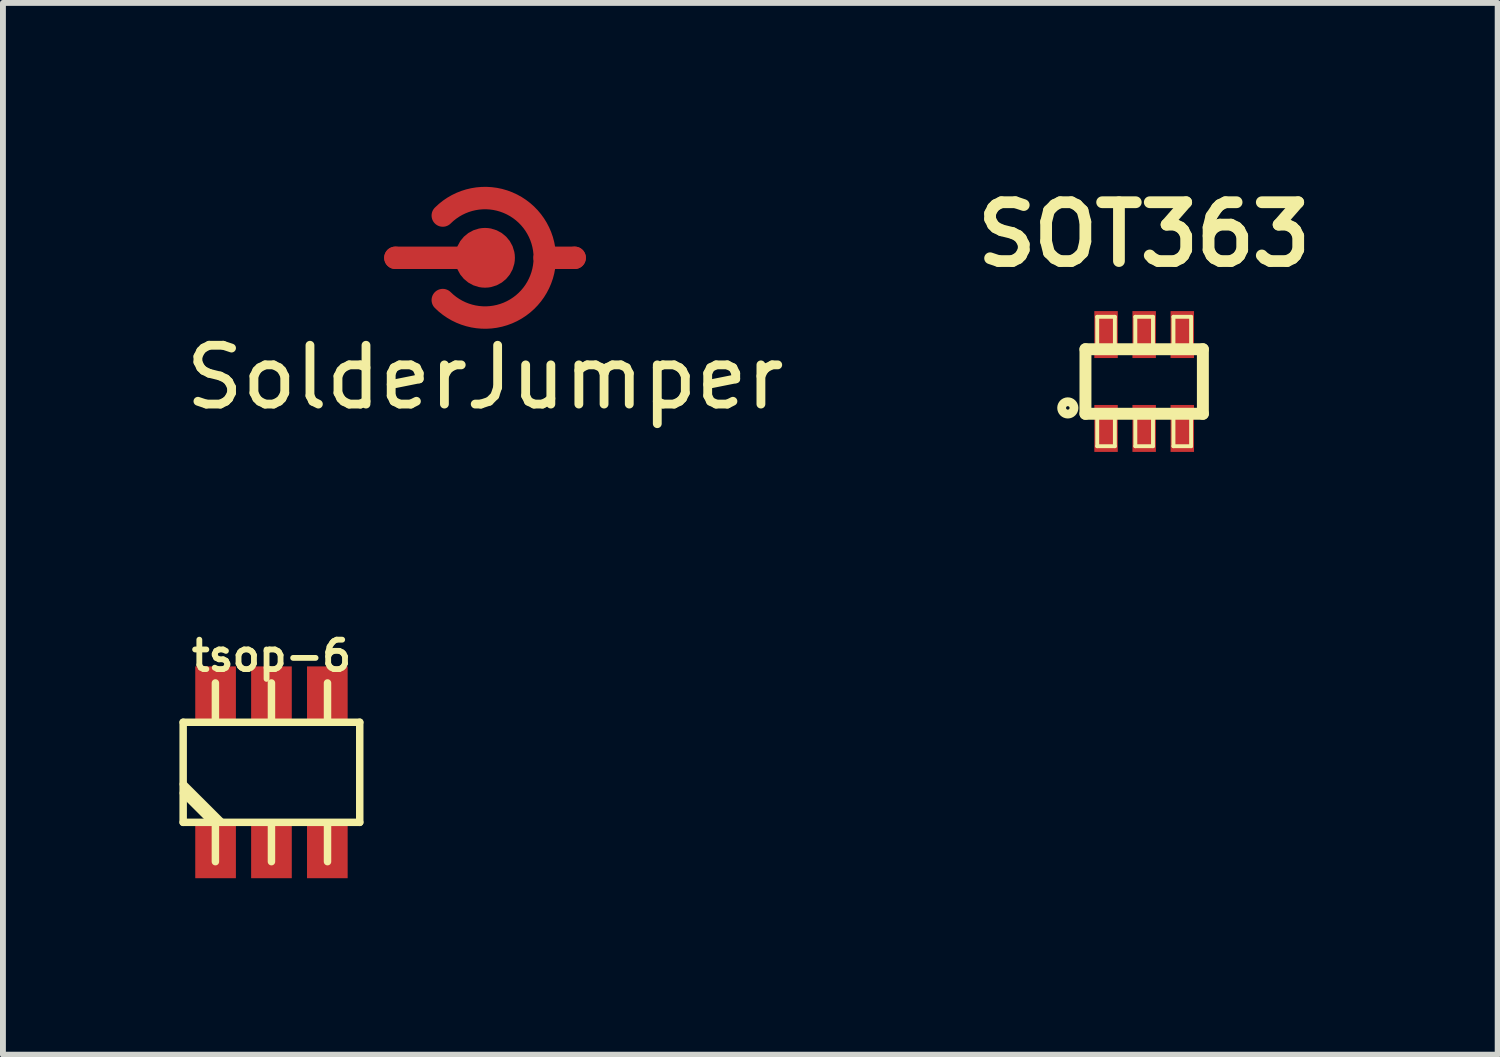
<source format=kicad_pcb>
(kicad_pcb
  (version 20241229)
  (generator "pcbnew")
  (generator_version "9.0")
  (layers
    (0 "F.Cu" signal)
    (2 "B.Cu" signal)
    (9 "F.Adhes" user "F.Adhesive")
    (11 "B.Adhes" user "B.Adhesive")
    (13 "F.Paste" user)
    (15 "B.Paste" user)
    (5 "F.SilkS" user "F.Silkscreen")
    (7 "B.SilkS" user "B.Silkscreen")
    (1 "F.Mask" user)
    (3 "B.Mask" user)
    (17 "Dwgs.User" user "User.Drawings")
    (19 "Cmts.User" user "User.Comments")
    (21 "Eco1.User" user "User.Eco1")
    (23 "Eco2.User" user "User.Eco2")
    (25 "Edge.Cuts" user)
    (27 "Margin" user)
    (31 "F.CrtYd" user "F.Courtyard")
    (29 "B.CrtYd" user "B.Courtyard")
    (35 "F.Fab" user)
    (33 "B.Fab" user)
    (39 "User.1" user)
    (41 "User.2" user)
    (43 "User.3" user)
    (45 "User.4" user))
  (footprint "tsop-6"
    (layer "F.Cu")
    (at 1.565 10.08)
    (property "Reference" "tsop-6" (at 0 -1.981 0) (layer "F.SilkS") (effects (font (size 0.5 0.5) (thickness 0.099))))
    (attr through_hole)
    (fp_line (start -1.501 -0.851) (end 1.501 -0.851) (stroke (width 0.127) (type solid)) (layer "F.SilkS"))
    (fp_line (start -1.501 0.851) (end -1.501 -0.851) (stroke (width 0.127) (type solid)) (layer "F.SilkS"))
    (fp_line (start -1.003 0.848) (end -1.499 0.353) (stroke (width 0.127) (type solid)) (layer "F.SilkS"))
    (fp_line (start -0.953 -0.859) (end -0.953 -1.519) (stroke (width 0.127) (type solid)) (layer "F.SilkS"))
    (fp_line (start -0.953 0.859) (end -0.953 1.519) (stroke (width 0.127) (type solid)) (layer "F.SilkS"))
    (fp_line (start -0.851 0.848) (end -1.499 0.201) (stroke (width 0.127) (type solid)) (layer "F.SilkS"))
    (fp_line (start 0 -0.859) (end 0 -1.519) (stroke (width 0.127) (type solid)) (layer "F.SilkS"))
    (fp_line (start 0 0.859) (end 0 1.519) (stroke (width 0.127) (type solid)) (layer "F.SilkS"))
    (fp_line (start 0.953 -0.859) (end 0.953 -1.519) (stroke (width 0.127) (type solid)) (layer "F.SilkS"))
    (fp_line (start 0.953 0.859) (end 0.953 1.519) (stroke (width 0.127) (type solid)) (layer "F.SilkS"))
    (fp_line (start 1.501 -0.851) (end 1.501 0.851) (stroke (width 0.127) (type solid)) (layer "F.SilkS"))
    (fp_line (start 1.501 0.851) (end -1.501 0.851) (stroke (width 0.127) (type solid)) (layer "F.SilkS"))
    (pad "1" smd rect (at -0.95 1.3) (size 0.691 1.001) (layers "F.Cu" "F.Mask" "F.Paste"))
    (pad "2" smd rect (at 0 1.3) (size 0.691 1.001) (layers "F.Cu" "F.Mask" "F.Paste"))
    (pad "3" smd rect (at 0.95 1.3) (size 0.691 1.001) (layers "F.Cu" "F.Mask" "F.Paste"))
    (pad "4" smd rect (at 0.95 -1.3) (size 0.691 1.001) (layers "F.Cu" "F.Mask" "F.Paste"))
    (pad "5" smd rect (at 0 -1.3) (size 0.691 1.001) (layers "F.Cu" "F.Mask" "F.Paste"))
    (pad "6" smd rect (at -0.95 -1.3) (size 0.691 1.001) (layers "F.Cu" "F.Mask" "F.Paste")))
  (footprint "SolderJumper"
    (layer "F.Cu")
    (at 5.196 1.333)
    (property "Reference" "SolderJumper" (at 0 2.032 0) (layer "F.SilkS") (effects (font (size 1 1) (thickness 0.15))))
    (attr through_hole)
    (fp_line (start -0.254 0) (end -1.524 0) (stroke (width 0.381) (type solid)) (layer "F.Cu"))
    (fp_line (start 1.016 0) (end 1.524 0) (stroke (width 0.381) (type solid)) (layer "F.Cu"))
    (fp_arc (start -0.71842 -0.71842) (mid 0.388806 -0.938661) (end 1.016 0) (stroke (width 0.381) (type solid)) (layer "F.Cu"))
    (fp_arc (start 1.016 0) (mid 0.388806 0.938662) (end -0.71842 0.71842) (stroke (width 0.381) (type solid)) (layer "F.Cu"))
    (fp_circle (center 0 0) (end 0 -0.254) (stroke (width 0.508) (type solid)) (fill no) (layer "F.Cu"))
    (fp_circle (center 0 0) (end 0 -0.508) (stroke (width 1.651) (type solid)) (fill no) (layer "F.Mask"))
    (fp_circle (center 0 0) (end 0.254 0) (stroke (width 0.508) (type solid)) (fill no) (layer "F.Mask"))
    (pad "1" connect circle (at -1.524 0) (size 0.381 0.381) (layers "F.Cu"))
    (pad "2" connect circle (at 1.524 0) (size 0.381 0.381) (layers "F.Cu")))
  (footprint "SOT363"
    (layer "F.Cu")
    (at 16.402 3.436)
    (property "Reference" "SOT363" (at 0 -2.5 180) (layer "F.SilkS") (effects (font (size 1 1) (thickness 0.2))))
    (attr smd)
    (fp_line (start -0.998 -0.549) (end 0.998 -0.549) (stroke (width 0.203) (type solid)) (layer "F.SilkS"))
    (fp_line (start -0.998 0.549) (end -0.998 -0.549) (stroke (width 0.203) (type solid)) (layer "F.SilkS"))
    (fp_line (start -0.798 -1.1) (end -0.498 -1.1) (stroke (width 0.066) (type solid)) (layer "F.SilkS"))
    (fp_line (start -0.798 -0.599) (end -0.798 -1.1) (stroke (width 0.066) (type solid)) (layer "F.SilkS"))
    (fp_line (start -0.798 -0.599) (end -0.498 -0.599) (stroke (width 0.066) (type solid)) (layer "F.SilkS"))
    (fp_line (start -0.798 0.599) (end -0.498 0.599) (stroke (width 0.066) (type solid)) (layer "F.SilkS"))
    (fp_line (start -0.798 1.1) (end -0.798 0.599) (stroke (width 0.066) (type solid)) (layer "F.SilkS"))
    (fp_line (start -0.798 1.1) (end -0.498 1.1) (stroke (width 0.066) (type solid)) (layer "F.SilkS"))
    (fp_line (start -0.498 -0.599) (end -0.498 -1.1) (stroke (width 0.066) (type solid)) (layer "F.SilkS"))
    (fp_line (start -0.498 1.1) (end -0.498 0.599) (stroke (width 0.066) (type solid)) (layer "F.SilkS"))
    (fp_line (start -0.15 -1.1) (end 0.15 -1.1) (stroke (width 0.066) (type solid)) (layer "F.SilkS"))
    (fp_line (start -0.15 -0.599) (end -0.15 -1.1) (stroke (width 0.066) (type solid)) (layer "F.SilkS"))
    (fp_line (start -0.15 -0.599) (end 0.15 -0.599) (stroke (width 0.066) (type solid)) (layer "F.SilkS"))
    (fp_line (start -0.15 0.599) (end 0.15 0.599) (stroke (width 0.066) (type solid)) (layer "F.SilkS"))
    (fp_line (start -0.15 1.1) (end -0.15 0.599) (stroke (width 0.066) (type solid)) (layer "F.SilkS"))
    (fp_line (start -0.15 1.1) (end 0.15 1.1) (stroke (width 0.066) (type solid)) (layer "F.SilkS"))
    (fp_line (start 0.15 -0.599) (end 0.15 -1.1) (stroke (width 0.066) (type solid)) (layer "F.SilkS"))
    (fp_line (start 0.15 1.1) (end 0.15 0.599) (stroke (width 0.066) (type solid)) (layer "F.SilkS"))
    (fp_line (start 0.498 -1.1) (end 0.798 -1.1) (stroke (width 0.066) (type solid)) (layer "F.SilkS"))
    (fp_line (start 0.498 -0.599) (end 0.498 -1.1) (stroke (width 0.066) (type solid)) (layer "F.SilkS"))
    (fp_line (start 0.498 -0.599) (end 0.798 -0.599) (stroke (width 0.066) (type solid)) (layer "F.SilkS"))
    (fp_line (start 0.498 0.599) (end 0.798 0.599) (stroke (width 0.066) (type solid)) (layer "F.SilkS"))
    (fp_line (start 0.498 1.1) (end 0.498 0.599) (stroke (width 0.066) (type solid)) (layer "F.SilkS"))
    (fp_line (start 0.498 1.1) (end 0.798 1.1) (stroke (width 0.066) (type solid)) (layer "F.SilkS"))
    (fp_line (start 0.798 -0.599) (end 0.798 -1.1) (stroke (width 0.066) (type solid)) (layer "F.SilkS"))
    (fp_line (start 0.798 1.1) (end 0.798 0.599) (stroke (width 0.066) (type solid)) (layer "F.SilkS"))
    (fp_line (start 0.998 -0.549) (end 0.998 0.549) (stroke (width 0.203) (type solid)) (layer "F.SilkS"))
    (fp_line (start 0.998 0.549) (end -0.998 0.549) (stroke (width 0.203) (type solid)) (layer "F.SilkS"))
    (fp_circle (center -1.298 0.449) (end -1.372 0.523) (stroke (width 0.15) (type solid)) (fill no) (layer "F.SilkS"))
    (pad "1" smd rect (at -0.648 0.798) (size 0.399 0.798) (layers "F.Cu" "F.Mask" "F.Paste"))
    (pad "2" smd rect (at 0 0.798) (size 0.399 0.798) (layers "F.Cu" "F.Mask" "F.Paste"))
    (pad "3" smd rect (at 0.648 0.798) (size 0.399 0.798) (layers "F.Cu" "F.Mask" "F.Paste"))
    (pad "4" smd rect (at 0.648 -0.798) (size 0.399 0.798) (layers "F.Cu" "F.Mask" "F.Paste"))
    (pad "5" smd rect (at 0 -0.798) (size 0.399 0.798) (layers "F.Cu" "F.Mask" "F.Paste"))
    (pad "6" smd rect (at -0.648 -0.798) (size 0.399 0.798) (layers "F.Cu" "F.Mask" "F.Paste")))
  (gr_rect
    (start -3 -3)
    (end 22.412 14.881)
    (stroke (width 0.1) (type default))
    (fill no)
    (layer "Edge.Cuts")))
</source>
